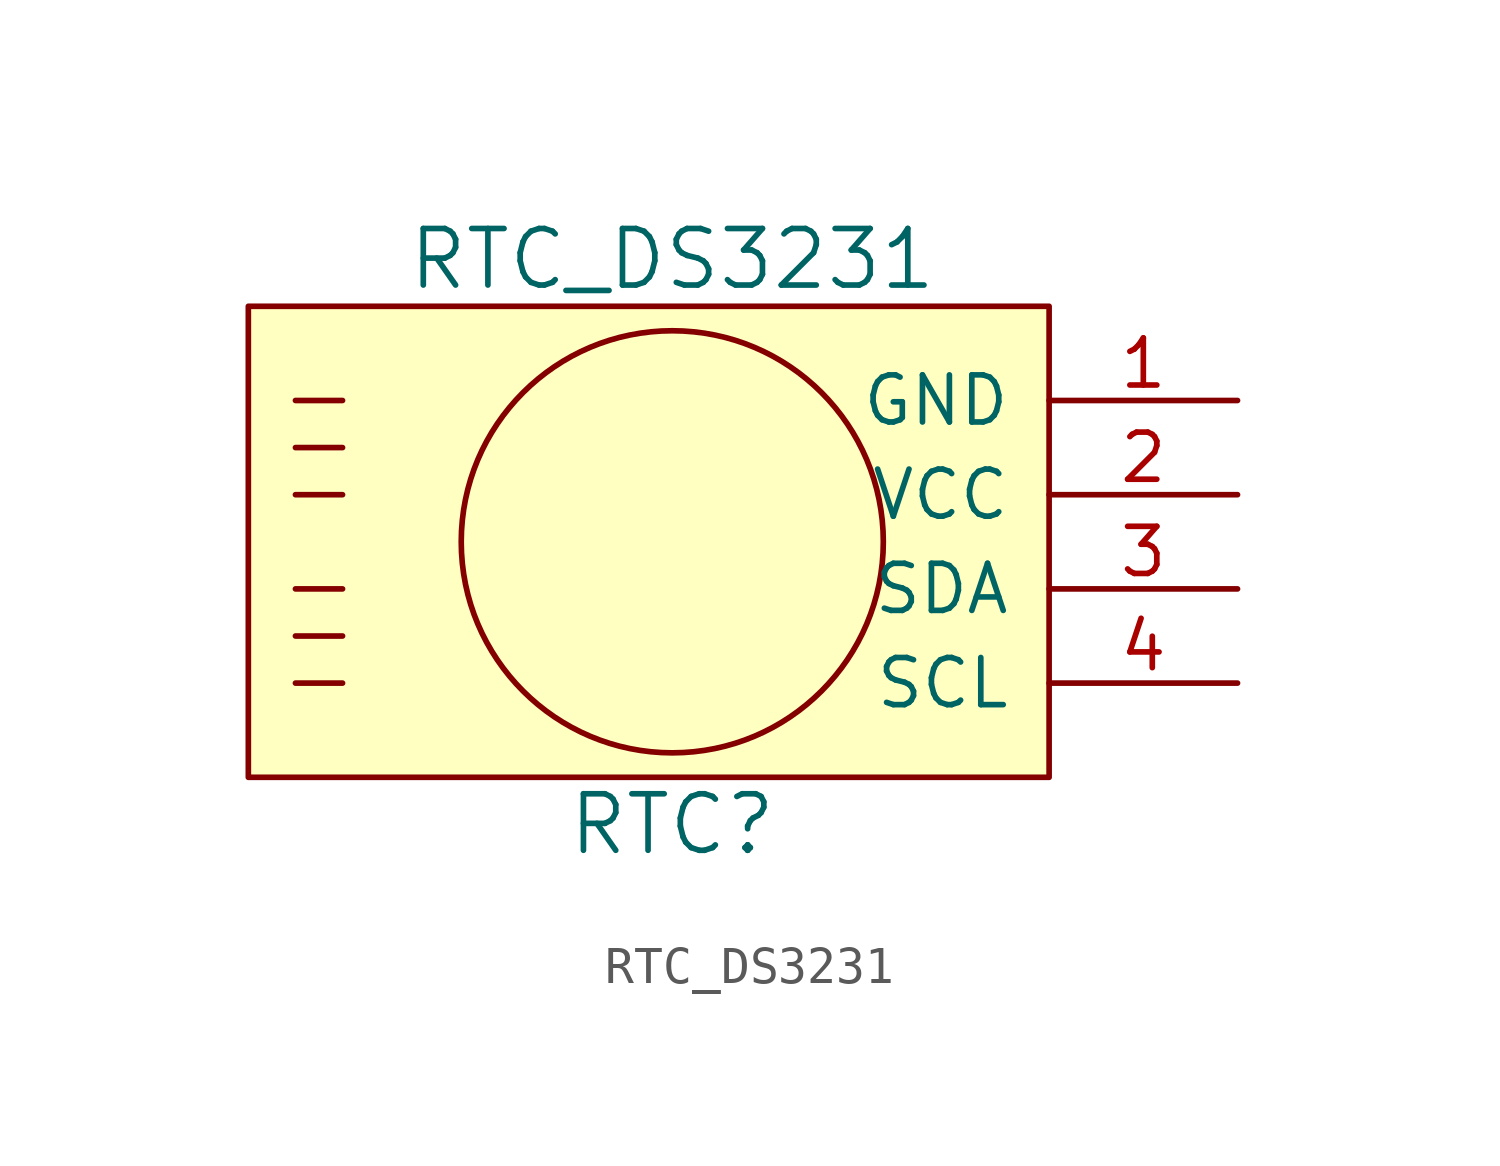
<source format=kicad_sym>
(kicad_symbol_lib
  (version 20211014)
  (generator kicad_symbol_editor)
  (symbol "RTC_DS3231"
    (pin_names
      (offset 1.016))
    (property "Reference" "RTC"
      (at 0 -6.35 0)
      (effects (font (size 1.524 1.524))))
    (property "Value" "RTC_DS3231"
      (at 0 8.89 0)
      (effects (font (size 1.524 1.524))))
    (symbol "RTC_DS3231_0_1"
      (rectangle (start -11.43 7.62) (end 10.16 -5.08) (stroke (width 0) (type default) (color 0 0 0 0)) (fill (type background)))
      (polyline (pts (xy -10.16 -2.54) (xy -8.89 -2.54)) (stroke (width 0) (type default) (color 0 0 0 0)) (fill (type none)))
      (polyline (pts (xy -10.16 -1.27) (xy -8.89 -1.27)) (stroke (width 0) (type default) (color 0 0 0 0)) (fill (type none)))
      (polyline (pts (xy -10.16 0) (xy -8.89 0)) (stroke (width 0) (type default) (color 0 0 0 0)) (fill (type none)))
      (polyline (pts (xy -10.16 2.54) (xy -8.89 2.54)) (stroke (width 0) (type default) (color 0 0 0 0)) (fill (type none)))
      (polyline (pts (xy -10.16 3.81) (xy -8.89 3.81)) (stroke (width 0) (type default) (color 0 0 0 0)) (fill (type none)))
      (polyline (pts (xy -10.16 5.08) (xy -8.89 5.08)) (stroke (width 0) (type default) (color 0 0 0 0)) (fill (type none)))
      (circle (center 0 1.27) (radius 5.69) (stroke (width 0) (type default) (color 0 0 0 0)) (fill (type none))))
    (symbol "RTC_DS3231_1_1"
      (pin power_in line (at 15.24 5.08 180) (length 5.08) (name "GND" (effects (font (size 1.27 1.27)))) (number "1" (effects (font (size 1.27 1.27)))))
      (pin power_in line (at 15.24 2.54 180) (length 5.08) (name "VCC" (effects (font (size 1.27 1.27)))) (number "2" (effects (font (size 1.27 1.27)))))
      (pin bidirectional line (at 15.24 0 180) (length 5.08) (name "SDA" (effects (font (size 1.27 1.27)))) (number "3" (effects (font (size 1.27 1.27)))))
      (pin input line (at 15.24 -2.54 180) (length 5.08) (name "SCL" (effects (font (size 1.27 1.27)))) (number "4" (effects (font (size 1.27 1.27))))))))
</source>
